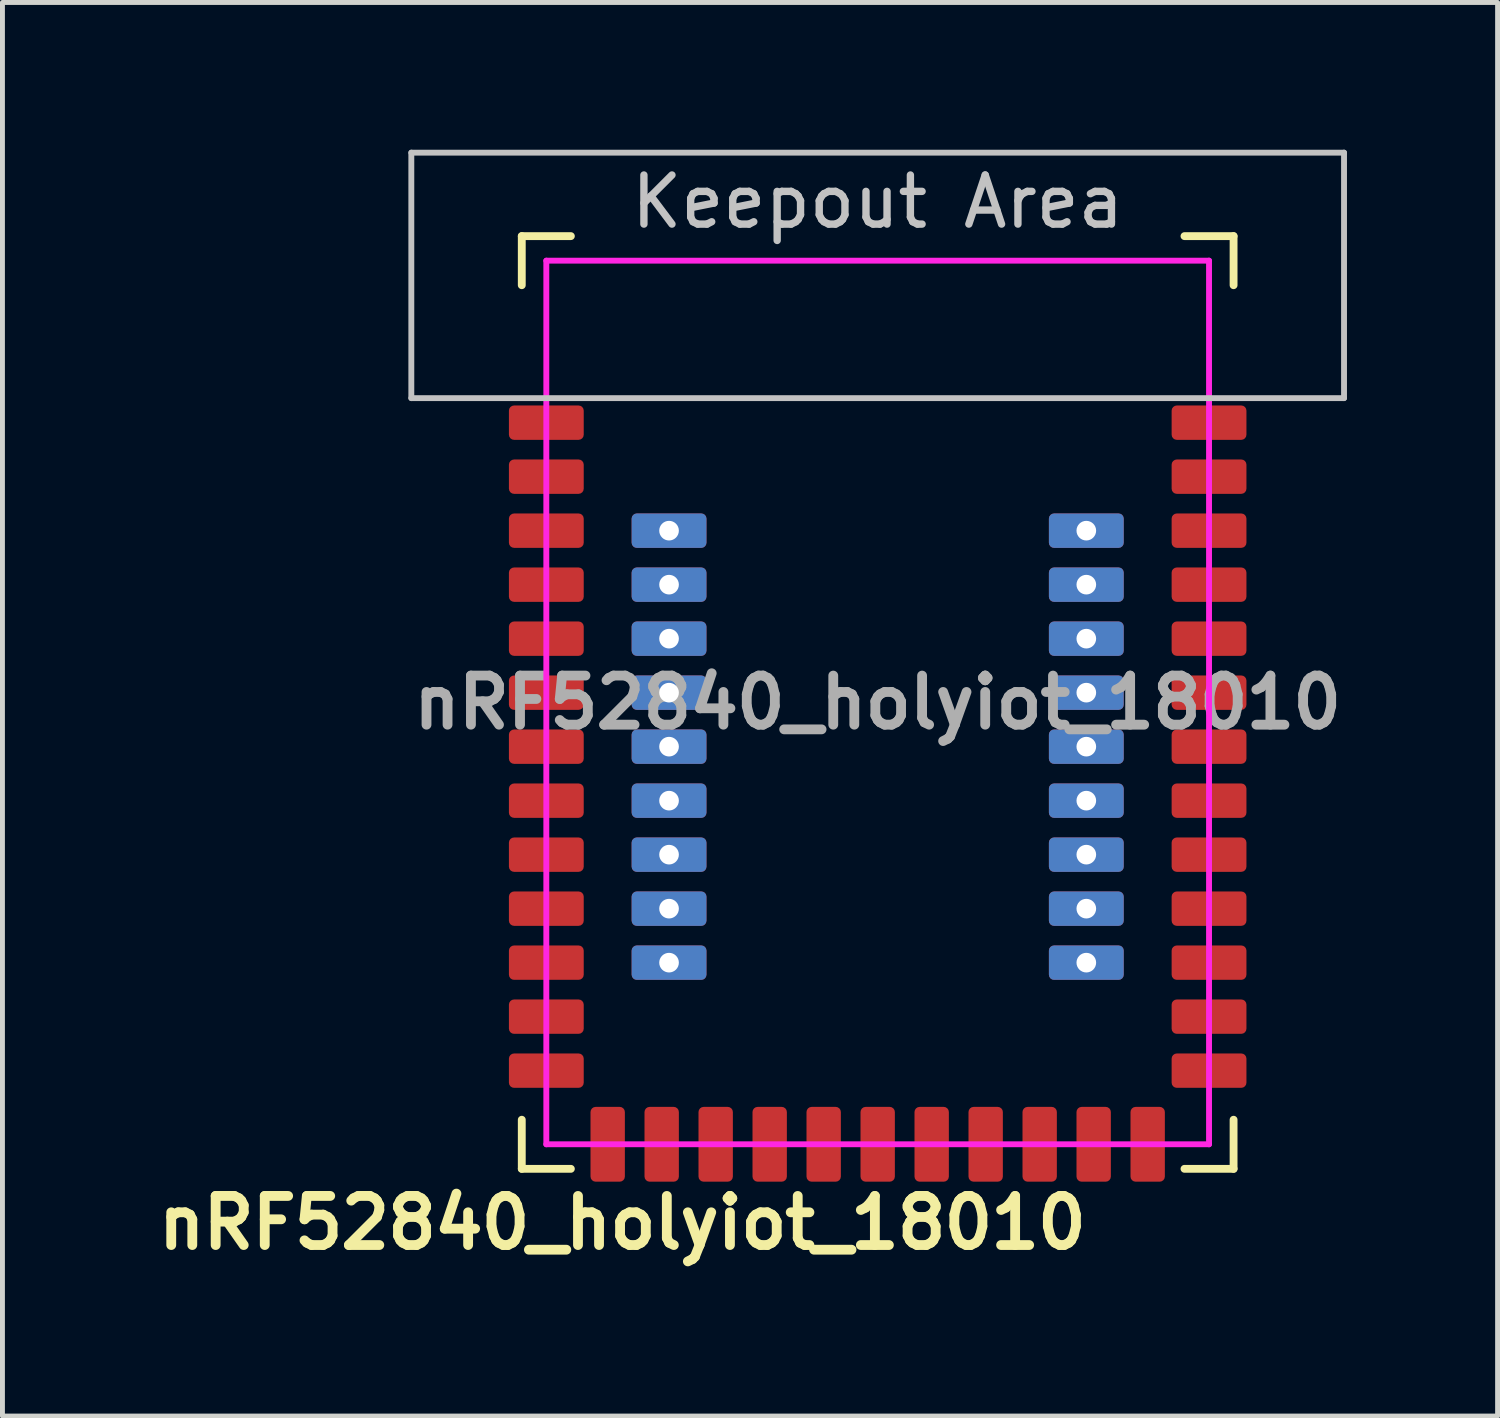
<source format=kicad_pcb>
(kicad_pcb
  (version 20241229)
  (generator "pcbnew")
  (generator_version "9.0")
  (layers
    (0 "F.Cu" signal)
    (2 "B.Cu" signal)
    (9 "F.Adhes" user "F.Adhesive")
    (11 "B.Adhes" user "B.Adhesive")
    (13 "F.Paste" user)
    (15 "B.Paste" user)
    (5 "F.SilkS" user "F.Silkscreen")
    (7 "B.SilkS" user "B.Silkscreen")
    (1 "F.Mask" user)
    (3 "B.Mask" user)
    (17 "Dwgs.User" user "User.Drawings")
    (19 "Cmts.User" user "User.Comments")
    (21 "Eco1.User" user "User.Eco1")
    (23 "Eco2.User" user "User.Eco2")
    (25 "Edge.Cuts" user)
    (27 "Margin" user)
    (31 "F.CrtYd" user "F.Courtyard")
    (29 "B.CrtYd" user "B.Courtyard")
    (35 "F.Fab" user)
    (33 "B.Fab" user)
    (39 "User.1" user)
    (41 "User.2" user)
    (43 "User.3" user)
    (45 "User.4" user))
  (footprint "nRF52840_holyiot_18010"
    (layer "F.Cu")
    (at 14.829 11.26)
    (property "Reference" "nRF52840_holyiot_18010" (at 0 0 0) (layer "F.Fab") (effects (font (size 1 1) (thickness 0.2))))
    (attr through_hole)
    (fp_line (start -7.25 -9.5) (end -7.25 -8.5) (stroke (width 0.16) (type solid)) (layer "F.SilkS"))
    (fp_line (start -7.25 -9.5) (end -6.25 -9.5) (stroke (width 0.16) (type solid)) (layer "F.SilkS"))
    (fp_line (start -7.25 8.5) (end -7.25 9.5) (stroke (width 0.16) (type solid)) (layer "F.SilkS"))
    (fp_line (start -6.25 9.5) (end -7.25 9.5) (stroke (width 0.16) (type solid)) (layer "F.SilkS"))
    (fp_line (start 6.25 -9.5) (end 7.25 -9.5) (stroke (width 0.16) (type solid)) (layer "F.SilkS"))
    (fp_line (start 6.25 9.5) (end 7.25 9.5) (stroke (width 0.16) (type solid)) (layer "F.SilkS"))
    (fp_line (start 7.25 -9.5) (end 7.25 -8.5) (stroke (width 0.16) (type solid)) (layer "F.SilkS"))
    (fp_line (start 7.25 8.5) (end 7.25 9.5) (stroke (width 0.16) (type solid)) (layer "F.SilkS"))
    (fp_line (start -9.5 -11.2) (end 9.5 -11.2) (stroke (width 0.12) (type solid)) (layer "Dwgs.User"))
    (fp_line (start -9.5 -6.2) (end -9.5 -11.2) (stroke (width 0.12) (type solid)) (layer "Dwgs.User"))
    (fp_line (start 9.5 -11.2) (end 9.5 -6.2) (stroke (width 0.12) (type solid)) (layer "Dwgs.User"))
    (fp_line (start 9.5 -6.2) (end -9.5 -6.2) (stroke (width 0.12) (type solid)) (layer "Dwgs.User"))
    (fp_line (start -6.75 -9) (end 6.75 -9) (stroke (width 0.12) (type solid)) (layer "F.CrtYd"))
    (fp_line (start -6.75 9) (end -6.75 -9) (stroke (width 0.12) (type solid)) (layer "F.CrtYd"))
    (fp_line (start 6.75 -9) (end 6.75 9) (stroke (width 0.12) (type solid)) (layer "F.CrtYd"))
    (fp_line (start 6.75 9) (end -6.75 9) (stroke (width 0.12) (type solid)) (layer "F.CrtYd"))
    (fp_text user "${REFERENCE}" (at -5.2 10.6 0) (layer "F.SilkS") (effects (font (size 1 1) (thickness 0.2))))
    (fp_text user "Keepout Area" (at 0 -10.2 0) (layer "Dwgs.User") (effects (font (size 1 1) (thickness 0.15))))
    (pad "1" smd roundrect (at -6.75 -5.7) (size 1.524 0.7) (layers "F.Cu" "F.Mask" "F.Paste") (roundrect_rratio 0.15))
    (pad "2" smd roundrect (at -6.75 -4.6) (size 1.524 0.7) (layers "F.Cu" "F.Mask" "F.Paste") (roundrect_rratio 0.15))
    (pad "3" smd roundrect (at -6.75 -3.5) (size 1.524 0.7) (layers "F.Cu" "F.Mask" "F.Paste") (roundrect_rratio 0.15))
    (pad "4" smd roundrect (at -6.75 -2.4) (size 1.524 0.7) (layers "F.Cu" "F.Mask" "F.Paste") (roundrect_rratio 0.15))
    (pad "5" smd roundrect (at -6.75 -1.3) (size 1.524 0.7) (layers "F.Cu" "F.Mask" "F.Paste") (roundrect_rratio 0.15))
    (pad "6" smd roundrect (at -6.75 -0.2) (size 1.524 0.7) (layers "F.Cu" "F.Mask" "F.Paste") (roundrect_rratio 0.15))
    (pad "7" smd roundrect (at -6.75 0.9) (size 1.524 0.7) (layers "F.Cu" "F.Mask" "F.Paste") (roundrect_rratio 0.15))
    (pad "8" smd roundrect (at -6.75 2) (size 1.524 0.7) (layers "F.Cu" "F.Mask" "F.Paste") (roundrect_rratio 0.15))
    (pad "9" smd roundrect (at -6.75 3.1) (size 1.524 0.7) (layers "F.Cu" "F.Mask" "F.Paste") (roundrect_rratio 0.15))
    (pad "10" smd roundrect (at -6.75 4.2) (size 1.524 0.7) (layers "F.Cu" "F.Mask" "F.Paste") (roundrect_rratio 0.15))
    (pad "11" smd roundrect (at -6.75 5.3) (size 1.524 0.7) (layers "F.Cu" "F.Mask" "F.Paste") (roundrect_rratio 0.15))
    (pad "12" smd roundrect (at -6.75 6.4) (size 1.524 0.7) (layers "F.Cu" "F.Mask" "F.Paste") (roundrect_rratio 0.15))
    (pad "13" smd roundrect (at -6.75 7.5) (size 1.524 0.7) (layers "F.Cu" "F.Mask" "F.Paste") (roundrect_rratio 0.15))
    (pad "14" smd roundrect (at -5.5 9 90) (size 1.524 0.7) (layers "F.Cu" "F.Mask" "F.Paste") (roundrect_rratio 0.15))
    (pad "15" smd roundrect (at -4.4 9 90) (size 1.524 0.7) (layers "F.Cu" "F.Mask" "F.Paste") (roundrect_rratio 0.15))
    (pad "16" smd roundrect (at -3.3 9 90) (size 1.524 0.7) (layers "F.Cu" "F.Mask" "F.Paste") (roundrect_rratio 0.15))
    (pad "17" smd roundrect (at -2.2 9 90) (size 1.524 0.7) (layers "F.Cu" "F.Mask" "F.Paste") (roundrect_rratio 0.15))
    (pad "18" smd roundrect (at -1.1 9 90) (size 1.524 0.7) (layers "F.Cu" "F.Mask" "F.Paste") (roundrect_rratio 0.15))
    (pad "19" smd roundrect (at 0 9 90) (size 1.524 0.7) (layers "F.Cu" "F.Mask" "F.Paste") (roundrect_rratio 0.15))
    (pad "20" smd roundrect (at 1.1 9 90) (size 1.524 0.7) (layers "F.Cu" "F.Mask" "F.Paste") (roundrect_rratio 0.15))
    (pad "21" smd roundrect (at 2.2 9 90) (size 1.524 0.7) (layers "F.Cu" "F.Mask" "F.Paste") (roundrect_rratio 0.15))
    (pad "22" smd roundrect (at 3.3 9 90) (size 1.524 0.7) (layers "F.Cu" "F.Mask" "F.Paste") (roundrect_rratio 0.15))
    (pad "23" smd roundrect (at 4.4 9 90) (size 1.524 0.7) (layers "F.Cu" "F.Mask" "F.Paste") (roundrect_rratio 0.15))
    (pad "24" smd roundrect (at 5.5 9 90) (size 1.524 0.7) (layers "F.Cu" "F.Mask" "F.Paste") (roundrect_rratio 0.15))
    (pad "25" smd roundrect (at 6.75 7.5 180) (size 1.524 0.7) (layers "F.Cu" "F.Mask" "F.Paste") (roundrect_rratio 0.15))
    (pad "26" smd roundrect (at 6.75 6.4 180) (size 1.524 0.7) (layers "F.Cu" "F.Mask" "F.Paste") (roundrect_rratio 0.15))
    (pad "27" smd roundrect (at 6.75 5.3 180) (size 1.524 0.7) (layers "F.Cu" "F.Mask" "F.Paste") (roundrect_rratio 0.15))
    (pad "28" smd roundrect (at 6.75 4.2 180) (size 1.524 0.7) (layers "F.Cu" "F.Mask" "F.Paste") (roundrect_rratio 0.15))
    (pad "29" smd roundrect (at 6.75 3.1 180) (size 1.524 0.7) (layers "F.Cu" "F.Mask" "F.Paste") (roundrect_rratio 0.15))
    (pad "30" smd roundrect (at 6.75 2 180) (size 1.524 0.7) (layers "F.Cu" "F.Mask" "F.Paste") (roundrect_rratio 0.15))
    (pad "31" smd roundrect (at 6.75 0.9 180) (size 1.524 0.7) (layers "F.Cu" "F.Mask" "F.Paste") (roundrect_rratio 0.15))
    (pad "32" smd roundrect (at 6.75 -0.2 180) (size 1.524 0.7) (layers "F.Cu" "F.Mask" "F.Paste") (roundrect_rratio 0.15))
    (pad "33" smd roundrect (at 6.75 -1.3 180) (size 1.524 0.7) (layers "F.Cu" "F.Mask" "F.Paste") (roundrect_rratio 0.15))
    (pad "34" smd roundrect (at 6.75 -2.4 180) (size 1.524 0.7) (layers "F.Cu" "F.Mask" "F.Paste") (roundrect_rratio 0.15))
    (pad "35" smd roundrect (at 6.75 -3.5 180) (size 1.524 0.7) (layers "F.Cu" "F.Mask" "F.Paste") (roundrect_rratio 0.15))
    (pad "36" smd roundrect (at 6.75 -4.6 180) (size 1.524 0.7) (layers "F.Cu" "F.Mask" "F.Paste") (roundrect_rratio 0.15))
    (pad "37" smd roundrect (at 6.75 -5.7 180) (size 1.524 0.7) (layers "F.Cu" "F.Mask" "F.Paste") (roundrect_rratio 0.15))
    (pad "38" thru_hole roundrect (at -4.25 -3.5 180) (size 1.524 0.7) (drill 0.4) (layers "*.Cu" "*.Mask") (roundrect_rratio 0.15))
    (pad "39" thru_hole roundrect (at -4.25 -2.4 180) (size 1.524 0.7) (drill 0.4) (layers "*.Cu" "*.Mask") (roundrect_rratio 0.15))
    (pad "40" thru_hole roundrect (at -4.25 -1.3 180) (size 1.524 0.7) (drill 0.4) (layers "*.Cu" "*.Mask") (roundrect_rratio 0.15))
    (pad "41" thru_hole roundrect (at -4.25 -0.2 180) (size 1.524 0.7) (drill 0.4) (layers "*.Cu" "*.Mask") (roundrect_rratio 0.15))
    (pad "42" thru_hole roundrect (at -4.25 0.9 180) (size 1.524 0.7) (drill 0.4) (layers "*.Cu" "*.Mask") (roundrect_rratio 0.15))
    (pad "43" thru_hole roundrect (at -4.25 2 180) (size 1.524 0.7) (drill 0.4) (layers "*.Cu" "*.Mask") (roundrect_rratio 0.15))
    (pad "44" thru_hole roundrect (at -4.25 3.1 180) (size 1.524 0.7) (drill 0.4) (layers "*.Cu" "*.Mask") (roundrect_rratio 0.15))
    (pad "45" thru_hole roundrect (at -4.25 4.2 180) (size 1.524 0.7) (drill 0.4) (layers "*.Cu" "*.Mask") (roundrect_rratio 0.15))
    (pad "46" thru_hole roundrect (at -4.25 5.3 180) (size 1.524 0.7) (drill 0.4) (layers "*.Cu" "*.Mask") (roundrect_rratio 0.15))
    (pad "47" thru_hole roundrect (at 4.25 -3.5 180) (size 1.524 0.7) (drill 0.4) (layers "*.Cu" "*.Mask") (roundrect_rratio 0.15))
    (pad "48" thru_hole roundrect (at 4.25 -2.4 180) (size 1.524 0.7) (drill 0.4) (layers "*.Cu" "*.Mask") (roundrect_rratio 0.15))
    (pad "49" thru_hole roundrect (at 4.25 -1.3 180) (size 1.524 0.7) (drill 0.4) (layers "*.Cu" "*.Mask") (roundrect_rratio 0.15))
    (pad "50" thru_hole roundrect (at 4.25 -0.2 180) (size 1.524 0.7) (drill 0.4) (layers "*.Cu" "*.Mask") (roundrect_rratio 0.15))
    (pad "51" thru_hole roundrect (at 4.25 0.9 180) (size 1.524 0.7) (drill 0.4) (layers "*.Cu" "*.Mask") (roundrect_rratio 0.15))
    (pad "52" thru_hole roundrect (at 4.25 2 180) (size 1.524 0.7) (drill 0.4) (layers "*.Cu" "*.Mask") (roundrect_rratio 0.15))
    (pad "53" thru_hole roundrect (at 4.25 3.1 180) (size 1.524 0.7) (drill 0.4) (layers "*.Cu" "*.Mask") (roundrect_rratio 0.15))
    (pad "54" thru_hole roundrect (at 4.25 4.2 180) (size 1.524 0.7) (drill 0.4) (layers "*.Cu" "*.Mask") (roundrect_rratio 0.15))
    (pad "55" thru_hole roundrect (at 4.25 5.3 180) (size 1.524 0.7) (drill 0.4) (layers "*.Cu" "*.Mask") (roundrect_rratio 0.15)))
  (gr_rect
    (start -3 -3)
    (end 27.457 25.796)
    (stroke (width 0.1) (type default))
    (fill no)
    (layer "Edge.Cuts")))
</source>
